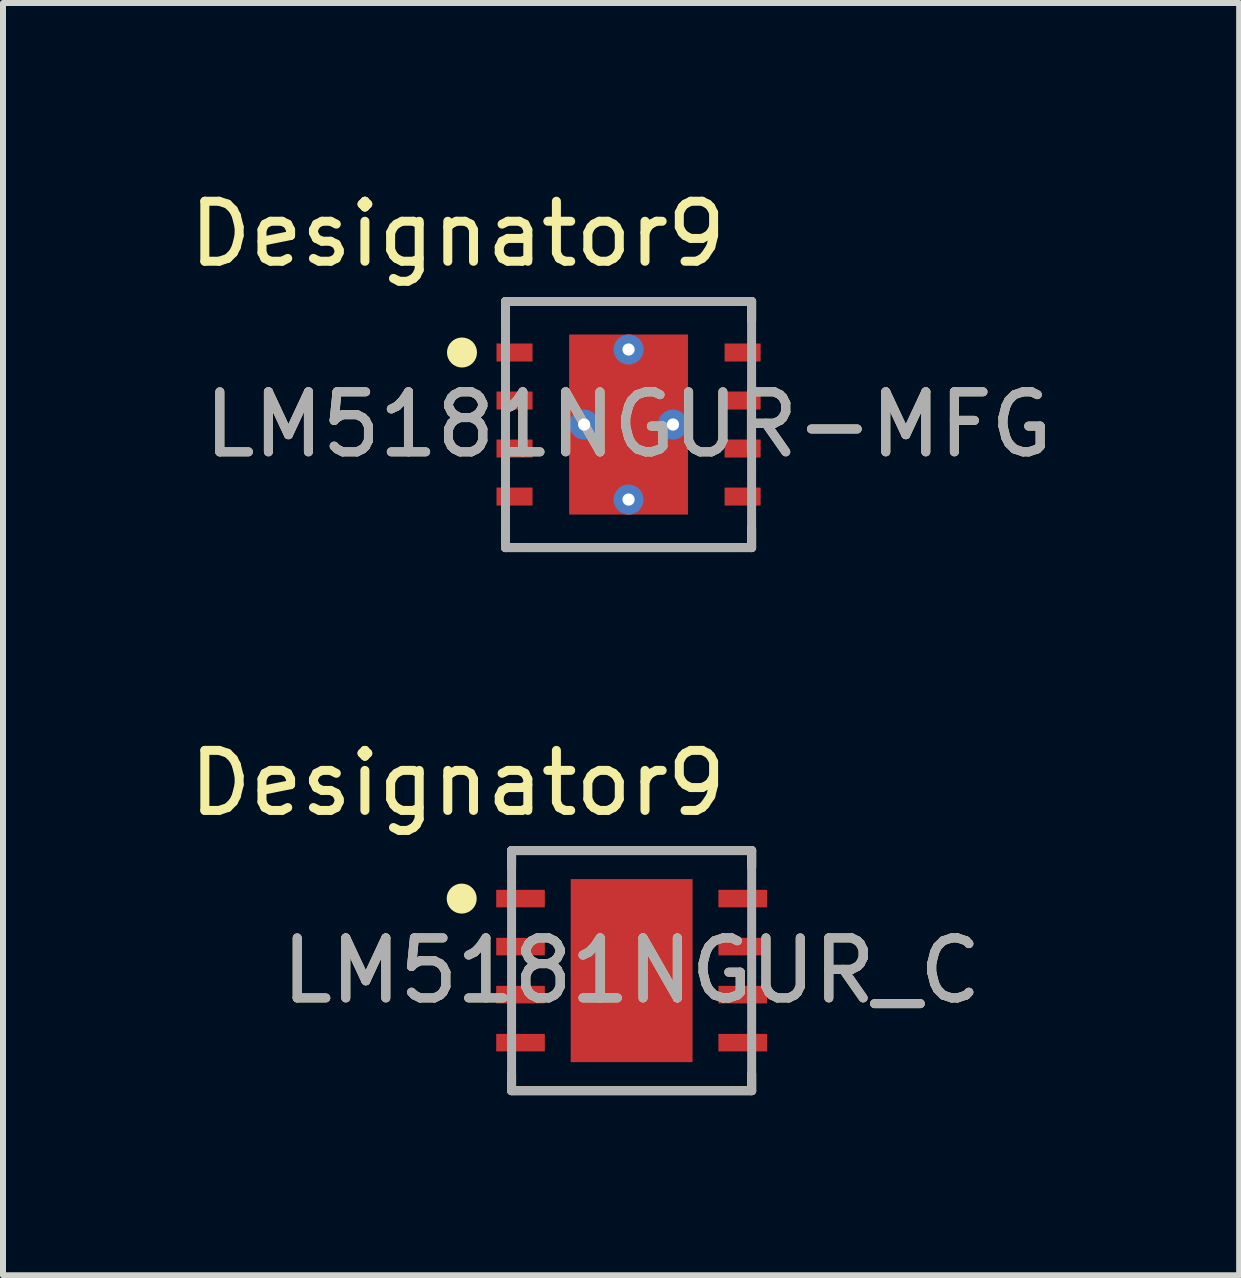
<source format=kicad_pcb>
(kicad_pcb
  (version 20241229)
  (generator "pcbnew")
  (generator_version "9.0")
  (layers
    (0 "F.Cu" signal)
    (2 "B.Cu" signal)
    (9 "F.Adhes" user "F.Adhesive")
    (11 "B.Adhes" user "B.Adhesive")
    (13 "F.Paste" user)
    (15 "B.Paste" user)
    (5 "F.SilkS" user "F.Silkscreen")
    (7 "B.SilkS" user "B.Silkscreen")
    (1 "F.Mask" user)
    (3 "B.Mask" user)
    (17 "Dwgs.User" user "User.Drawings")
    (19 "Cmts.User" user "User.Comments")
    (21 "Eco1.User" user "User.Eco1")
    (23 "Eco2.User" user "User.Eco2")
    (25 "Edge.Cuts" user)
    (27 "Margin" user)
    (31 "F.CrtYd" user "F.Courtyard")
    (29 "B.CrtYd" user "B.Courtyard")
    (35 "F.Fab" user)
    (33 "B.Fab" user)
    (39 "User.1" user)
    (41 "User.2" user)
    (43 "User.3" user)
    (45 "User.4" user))
  (footprint "LM5181NGUR-MFG"
    (layer "F.Cu")
    (at 7.422 4.023)
    (property "Reference" "LM5181NGUR-MFG" (at 0 0 0) (unlocked yes) (layer "F.SilkS") (effects (font (size 1 1) (thickness 0.15))))
    (attr smd)
    (fp_line (start -2.05 -2.05) (end 2.05 -2.05) (stroke (width 0.15) (type solid)) (layer "F.SilkS"))
    (fp_line (start -2.05 -1.725) (end -2.05 -2.05) (stroke (width 0.15) (type solid)) (layer "F.SilkS"))
    (fp_line (start -2.05 2.05) (end -2.05 1.725) (stroke (width 0.15) (type solid)) (layer "F.SilkS"))
    (fp_line (start -2.05 2.05) (end 2.05 2.05) (stroke (width 0.15) (type solid)) (layer "F.SilkS"))
    (fp_line (start 2.05 -1.725) (end 2.05 -2.05) (stroke (width 0.15) (type solid)) (layer "F.SilkS"))
    (fp_line (start 2.05 2.05) (end 2.05 1.725) (stroke (width 0.15) (type solid)) (layer "F.SilkS"))
    (fp_circle (center -2.775 -1.2) (end -2.65 -1.2) (stroke (width 0.25) (type solid)) (fill no) (layer "F.SilkS"))
    (fp_poly (pts (xy -0.825 -0.1) (xy -0.875 -0.15) (xy -0.875 -1.36) (xy -0.825 -1.41) (xy 0.825 -1.41) (xy 0.875 -1.36) (xy 0.875 -0.15) (xy 0.825 -0.1)) (stroke (width 0) (type solid)) (fill yes) (layer "F.Paste"))
    (fp_poly (pts (xy 0.875 1.36) (xy 0.825 1.41) (xy -0.825 1.41) (xy -0.875 1.36) (xy -0.875 0.15) (xy -0.825 0.1) (xy 0.825 0.1) (xy 0.875 0.15)) (stroke (width 0) (type solid)) (fill yes) (layer "F.Paste"))
    (fp_line (start -2.05 -2.05) (end 2.05 -2.05) (stroke (width 0.15) (type solid)) (layer "F.Fab"))
    (fp_line (start -2.05 2.05) (end -2.05 -2.05) (stroke (width 0.15) (type solid)) (layer "F.Fab"))
    (fp_line (start -2.05 2.05) (end 2.05 2.05) (stroke (width 0.15) (type solid)) (layer "F.Fab"))
    (fp_line (start 2.05 2.05) (end 2.05 -2.05) (stroke (width 0.15) (type solid)) (layer "F.Fab"))
    (fp_text user "Designator9" (at -2.845 -3.175 0) (unlocked yes) (layer "F.SilkS") (effects (font (size 1 1) (thickness 0.15))))
    (fp_text user "${REFERENCE}" (at 0 0 0) (unlocked yes) (layer "F.Fab") (effects (font (size 1 1) (thickness 0.15))))
    (pad "1" smd rect (at -1.9 -1.2) (size 0.6 0.3) (layers "F.Cu" "F.Mask" "F.Paste"))
    (pad "2" smd rect (at -1.9 -0.4) (size 0.6 0.3) (layers "F.Cu" "F.Mask" "F.Paste"))
    (pad "3" smd rect (at -1.9 0.4) (size 0.6 0.3) (layers "F.Cu" "F.Mask" "F.Paste"))
    (pad "4" smd rect (at -1.9 1.2) (size 0.6 0.3) (layers "F.Cu" "F.Mask" "F.Paste"))
    (pad "5" smd rect (at 1.9 1.2) (size 0.6 0.3) (layers "F.Cu" "F.Mask" "F.Paste"))
    (pad "6" smd rect (at 1.9 0.4) (size 0.6 0.3) (layers "F.Cu" "F.Mask" "F.Paste"))
    (pad "7" smd rect (at 1.9 -0.4) (size 0.6 0.3) (layers "F.Cu" "F.Mask" "F.Paste"))
    (pad "8" smd rect (at 1.9 -1.2) (size 0.6 0.3) (layers "F.Cu" "F.Mask" "F.Paste"))
    (pad "9" smd rect (at 0 0) (size 1.98 3) (layers "F.Cu" "F.Mask"))
    (pad "10" thru_hole circle (at -0.74 0) (size 0.5 0.5) (drill 0.203) (layers "*.Cu" "*.Mask"))
    (pad "11" thru_hole circle (at 0.74 0) (size 0.5 0.5) (drill 0.203) (layers "*.Cu" "*.Mask"))
    (pad "12" thru_hole circle (at 0 1.25) (size 0.5 0.5) (drill 0.203) (layers "*.Cu" "*.Mask"))
    (pad "13" thru_hole circle (at 0 -1.25) (size 0.5 0.5) (drill 0.203) (layers "*.Cu" "*.Mask")))
  (footprint "LM5181NGUR_C"
    (layer "F.Cu")
    (at 7.473 13.121)
    (property "Reference" "LM5181NGUR_C" (at 0 0 0) (unlocked yes) (layer "F.SilkS") (effects (font (size 1 1) (thickness 0.15))))
    (attr smd)
    (fp_line (start -2 -2) (end 2 -2) (stroke (width 0.15) (type solid)) (layer "F.SilkS"))
    (fp_line (start -2 -1.721) (end -2 -2) (stroke (width 0.15) (type solid)) (layer "F.SilkS"))
    (fp_line (start -2 2) (end -2 1.721) (stroke (width 0.15) (type solid)) (layer "F.SilkS"))
    (fp_line (start -2 2) (end 2 2) (stroke (width 0.15) (type solid)) (layer "F.SilkS"))
    (fp_line (start 2 -1.721) (end 2 -2) (stroke (width 0.15) (type solid)) (layer "F.SilkS"))
    (fp_line (start 2 2) (end 2 1.721) (stroke (width 0.15) (type solid)) (layer "F.SilkS"))
    (fp_circle (center -2.831 -1.2) (end -2.706 -1.2) (stroke (width 0.25) (type solid)) (fill no) (layer "F.SilkS"))
    (fp_poly (pts (xy -0.572 1.082) (xy 0.572 1.082) (xy 0.572 -1.082) (xy -0.572 -1.082)) (stroke (width 0) (type solid)) (fill yes) (layer "F.Paste"))
    (fp_line (start -2 -2) (end 2 -2) (stroke (width 0.15) (type solid)) (layer "F.Fab"))
    (fp_line (start -2 2) (end -2 -2) (stroke (width 0.15) (type solid)) (layer "F.Fab"))
    (fp_line (start -2 2) (end 2 2) (stroke (width 0.15) (type solid)) (layer "F.Fab"))
    (fp_line (start 2 2) (end 2 -2) (stroke (width 0.15) (type solid)) (layer "F.Fab"))
    (fp_text user "Designator9" (at -2.896 -3.124 0) (unlocked yes) (layer "F.SilkS") (effects (font (size 1 1) (thickness 0.15))))
    (fp_text user "${REFERENCE}" (at 0 0 0) (unlocked yes) (layer "F.Fab") (effects (font (size 1 1) (thickness 0.15))))
    (pad "1" smd rect (at -1.851 -1.2) (size 0.81 0.292) (layers "F.Cu" "F.Mask" "F.Paste"))
    (pad "2" smd rect (at -1.851 -0.4) (size 0.81 0.292) (layers "F.Cu" "F.Mask" "F.Paste"))
    (pad "3" smd rect (at -1.851 0.4) (size 0.81 0.292) (layers "F.Cu" "F.Mask" "F.Paste"))
    (pad "4" smd rect (at -1.851 1.2) (size 0.81 0.292) (layers "F.Cu" "F.Mask" "F.Paste"))
    (pad "5" smd rect (at 1.851 1.2) (size 0.81 0.292) (layers "F.Cu" "F.Mask" "F.Paste"))
    (pad "6" smd rect (at 1.851 0.4) (size 0.81 0.292) (layers "F.Cu" "F.Mask" "F.Paste"))
    (pad "7" smd rect (at 1.851 -0.4) (size 0.81 0.292) (layers "F.Cu" "F.Mask" "F.Paste"))
    (pad "8" smd rect (at 1.851 -1.2) (size 0.81 0.292) (layers "F.Cu" "F.Mask" "F.Paste"))
    (pad "9" smd rect (at 0 0) (size 2.03 3.05) (layers "F.Cu" "F.Mask")))
  (gr_rect
    (start -3 -3)
    (end 17.595 18.196)
    (stroke (width 0.1) (type default))
    (fill no)
    (layer "Edge.Cuts")))
</source>
